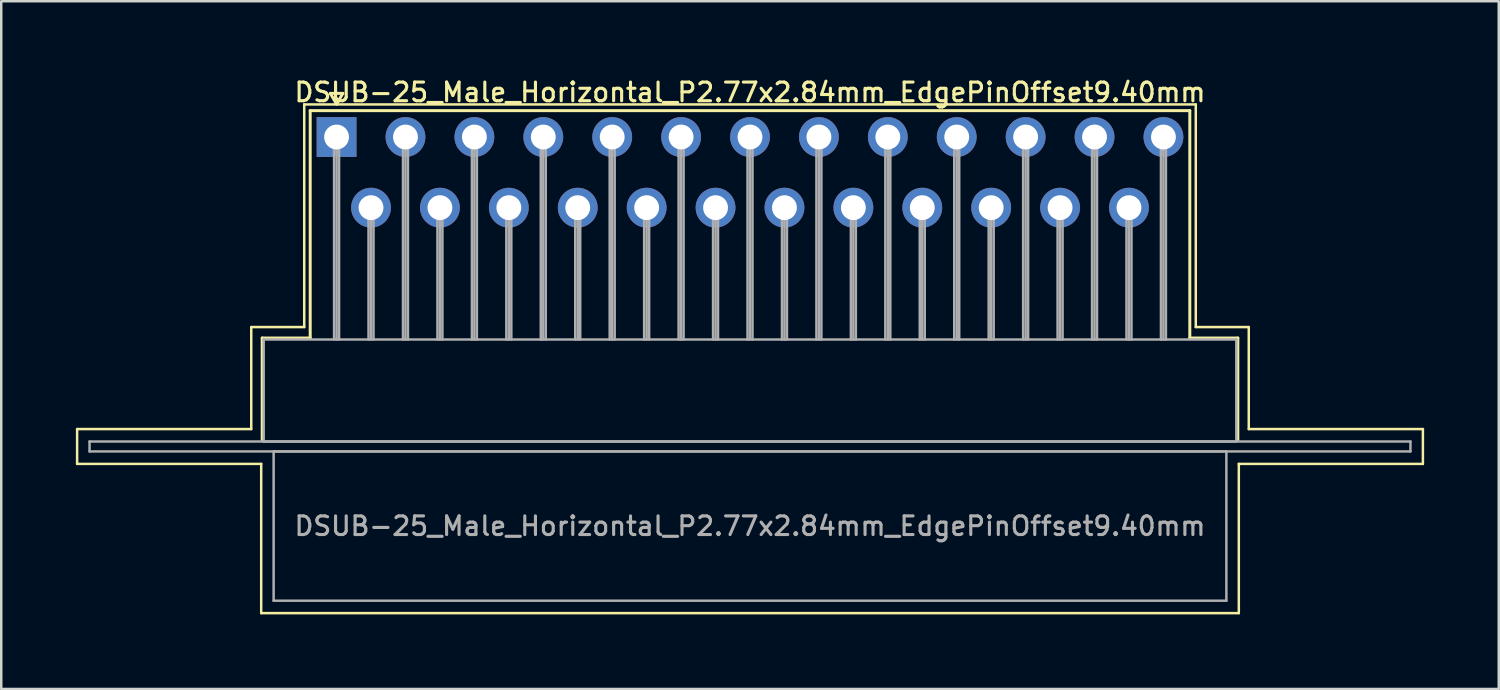
<source format=kicad_pcb>
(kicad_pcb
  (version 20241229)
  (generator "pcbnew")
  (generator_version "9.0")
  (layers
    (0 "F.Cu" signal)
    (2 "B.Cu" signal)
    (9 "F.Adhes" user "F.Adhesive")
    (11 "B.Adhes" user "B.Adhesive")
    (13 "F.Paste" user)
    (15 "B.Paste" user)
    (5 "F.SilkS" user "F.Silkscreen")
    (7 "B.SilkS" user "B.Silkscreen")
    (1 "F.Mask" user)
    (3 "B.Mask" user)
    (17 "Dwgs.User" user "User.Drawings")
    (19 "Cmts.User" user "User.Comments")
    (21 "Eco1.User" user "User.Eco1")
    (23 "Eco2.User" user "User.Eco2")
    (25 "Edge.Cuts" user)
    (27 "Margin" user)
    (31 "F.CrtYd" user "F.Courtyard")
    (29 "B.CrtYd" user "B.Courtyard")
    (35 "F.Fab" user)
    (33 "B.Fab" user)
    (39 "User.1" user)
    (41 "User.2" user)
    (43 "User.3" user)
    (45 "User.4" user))
  (footprint "DSUB-25_Male_Horizontal_P2.77x2.84mm_EdgePinOffset9.40mm"
    (layer "F.Cu")
    (at 10.48 2.458)
    (property "Reference" "DSUB-25_Male_Horizontal_P2.77x2.84mm_EdgePinOffset9.40mm" (at 16.62 -1.8 0) (layer "F.SilkS") (effects (font (size 0.75 0.75) (thickness 0.125))))
    (attr through_hole)
    (fp_line (start -10.43 11.74) (end -3.43 11.74) (stroke (width 0.1) (type solid)) (layer "F.SilkS"))
    (fp_line (start -10.43 13.14) (end -10.43 11.74) (stroke (width 0.1) (type solid)) (layer "F.SilkS"))
    (fp_line (start -3.43 7.64) (end -1.3 7.64) (stroke (width 0.1) (type solid)) (layer "F.SilkS"))
    (fp_line (start -3.43 11.74) (end -3.43 7.64) (stroke (width 0.1) (type solid)) (layer "F.SilkS"))
    (fp_line (start -3.03 13.14) (end -10.43 13.14) (stroke (width 0.1) (type solid)) (layer "F.SilkS"))
    (fp_line (start -3.03 19.14) (end -3.03 13.14) (stroke (width 0.1) (type solid)) (layer "F.SilkS"))
    (fp_line (start -2.99 8.08) (end -1.06 8.08) (stroke (width 0.12) (type solid)) (layer "F.SilkS"))
    (fp_line (start -2.99 12.18) (end -2.99 8.08) (stroke (width 0.12) (type solid)) (layer "F.SilkS"))
    (fp_line (start -1.3 -1.31) (end 34.54 -1.31) (stroke (width 0.1) (type solid)) (layer "F.SilkS"))
    (fp_line (start -1.3 7.64) (end -1.3 -1.31) (stroke (width 0.1) (type solid)) (layer "F.SilkS"))
    (fp_line (start -1.06 -1.06) (end 34.3 -1.06) (stroke (width 0.12) (type solid)) (layer "F.SilkS"))
    (fp_line (start -1.06 8.08) (end -1.06 -1.06) (stroke (width 0.12) (type solid)) (layer "F.SilkS"))
    (fp_line (start -0.25 -1.754) (end 0.25 -1.754) (stroke (width 0.12) (type solid)) (layer "F.SilkS"))
    (fp_line (start 0 -1.321) (end -0.25 -1.754) (stroke (width 0.12) (type solid)) (layer "F.SilkS"))
    (fp_line (start 0.25 -1.754) (end 0 -1.321) (stroke (width 0.12) (type solid)) (layer "F.SilkS"))
    (fp_line (start 34.3 -1.06) (end 34.3 8.08) (stroke (width 0.12) (type solid)) (layer "F.SilkS"))
    (fp_line (start 34.3 8.08) (end 36.23 8.08) (stroke (width 0.12) (type solid)) (layer "F.SilkS"))
    (fp_line (start 34.54 -1.31) (end 34.54 7.64) (stroke (width 0.1) (type solid)) (layer "F.SilkS"))
    (fp_line (start 34.54 7.64) (end 36.67 7.64) (stroke (width 0.1) (type solid)) (layer "F.SilkS"))
    (fp_line (start 36.23 8.08) (end 36.23 12.18) (stroke (width 0.12) (type solid)) (layer "F.SilkS"))
    (fp_line (start 36.27 13.14) (end 36.27 19.14) (stroke (width 0.1) (type solid)) (layer "F.SilkS"))
    (fp_line (start 36.27 19.14) (end -3.03 19.14) (stroke (width 0.1) (type solid)) (layer "F.SilkS"))
    (fp_line (start 36.67 7.64) (end 36.67 11.74) (stroke (width 0.1) (type solid)) (layer "F.SilkS"))
    (fp_line (start 36.67 11.74) (end 43.67 11.74) (stroke (width 0.1) (type solid)) (layer "F.SilkS"))
    (fp_line (start 43.67 11.74) (end 43.67 13.14) (stroke (width 0.1) (type solid)) (layer "F.SilkS"))
    (fp_line (start 43.67 13.14) (end 36.27 13.14) (stroke (width 0.1) (type solid)) (layer "F.SilkS"))
    (fp_line (start -9.93 12.24) (end -9.93 12.64) (stroke (width 0.1) (type solid)) (layer "F.Fab"))
    (fp_line (start -9.93 12.64) (end 43.17 12.64) (stroke (width 0.1) (type solid)) (layer "F.Fab"))
    (fp_line (start -2.93 8.14) (end -2.93 12.24) (stroke (width 0.1) (type solid)) (layer "F.Fab"))
    (fp_line (start -2.93 12.24) (end 36.17 12.24) (stroke (width 0.1) (type solid)) (layer "F.Fab"))
    (fp_line (start -2.53 12.64) (end -2.53 18.64) (stroke (width 0.1) (type solid)) (layer "F.Fab"))
    (fp_line (start -2.53 18.64) (end 35.77 18.64) (stroke (width 0.1) (type solid)) (layer "F.Fab"))
    (fp_line (start -0.1 0) (end -0.1 8.14) (stroke (width 0.1) (type solid)) (layer "F.Fab"))
    (fp_line (start 0 0) (end 0 8.14) (stroke (width 0.1) (type solid)) (layer "F.Fab"))
    (fp_line (start 0.1 0) (end 0.1 8.14) (stroke (width 0.1) (type solid)) (layer "F.Fab"))
    (fp_line (start 1.285 2.84) (end 1.285 8.14) (stroke (width 0.1) (type solid)) (layer "F.Fab"))
    (fp_line (start 1.385 2.84) (end 1.385 8.14) (stroke (width 0.1) (type solid)) (layer "F.Fab"))
    (fp_line (start 1.485 2.84) (end 1.485 8.14) (stroke (width 0.1) (type solid)) (layer "F.Fab"))
    (fp_line (start 2.67 0) (end 2.67 8.14) (stroke (width 0.1) (type solid)) (layer "F.Fab"))
    (fp_line (start 2.77 0) (end 2.77 8.14) (stroke (width 0.1) (type solid)) (layer "F.Fab"))
    (fp_line (start 2.87 0) (end 2.87 8.14) (stroke (width 0.1) (type solid)) (layer "F.Fab"))
    (fp_line (start 4.055 2.84) (end 4.055 8.14) (stroke (width 0.1) (type solid)) (layer "F.Fab"))
    (fp_line (start 4.155 2.84) (end 4.155 8.14) (stroke (width 0.1) (type solid)) (layer "F.Fab"))
    (fp_line (start 4.255 2.84) (end 4.255 8.14) (stroke (width 0.1) (type solid)) (layer "F.Fab"))
    (fp_line (start 5.44 0) (end 5.44 8.14) (stroke (width 0.1) (type solid)) (layer "F.Fab"))
    (fp_line (start 5.54 0) (end 5.54 8.14) (stroke (width 0.1) (type solid)) (layer "F.Fab"))
    (fp_line (start 5.64 0) (end 5.64 8.14) (stroke (width 0.1) (type solid)) (layer "F.Fab"))
    (fp_line (start 6.825 2.84) (end 6.825 8.14) (stroke (width 0.1) (type solid)) (layer "F.Fab"))
    (fp_line (start 6.925 2.84) (end 6.925 8.14) (stroke (width 0.1) (type solid)) (layer "F.Fab"))
    (fp_line (start 7.025 2.84) (end 7.025 8.14) (stroke (width 0.1) (type solid)) (layer "F.Fab"))
    (fp_line (start 8.21 0) (end 8.21 8.14) (stroke (width 0.1) (type solid)) (layer "F.Fab"))
    (fp_line (start 8.31 0) (end 8.31 8.14) (stroke (width 0.1) (type solid)) (layer "F.Fab"))
    (fp_line (start 8.41 0) (end 8.41 8.14) (stroke (width 0.1) (type solid)) (layer "F.Fab"))
    (fp_line (start 9.595 2.84) (end 9.595 8.14) (stroke (width 0.1) (type solid)) (layer "F.Fab"))
    (fp_line (start 9.695 2.84) (end 9.695 8.14) (stroke (width 0.1) (type solid)) (layer "F.Fab"))
    (fp_line (start 9.795 2.84) (end 9.795 8.14) (stroke (width 0.1) (type solid)) (layer "F.Fab"))
    (fp_line (start 10.98 0) (end 10.98 8.14) (stroke (width 0.1) (type solid)) (layer "F.Fab"))
    (fp_line (start 11.08 0) (end 11.08 8.14) (stroke (width 0.1) (type solid)) (layer "F.Fab"))
    (fp_line (start 11.18 0) (end 11.18 8.14) (stroke (width 0.1) (type solid)) (layer "F.Fab"))
    (fp_line (start 12.365 2.84) (end 12.365 8.14) (stroke (width 0.1) (type solid)) (layer "F.Fab"))
    (fp_line (start 12.465 2.84) (end 12.465 8.14) (stroke (width 0.1) (type solid)) (layer "F.Fab"))
    (fp_line (start 12.565 2.84) (end 12.565 8.14) (stroke (width 0.1) (type solid)) (layer "F.Fab"))
    (fp_line (start 13.75 0) (end 13.75 8.14) (stroke (width 0.1) (type solid)) (layer "F.Fab"))
    (fp_line (start 13.85 0) (end 13.85 8.14) (stroke (width 0.1) (type solid)) (layer "F.Fab"))
    (fp_line (start 13.95 0) (end 13.95 8.14) (stroke (width 0.1) (type solid)) (layer "F.Fab"))
    (fp_line (start 15.135 2.84) (end 15.135 8.14) (stroke (width 0.1) (type solid)) (layer "F.Fab"))
    (fp_line (start 15.235 2.84) (end 15.235 8.14) (stroke (width 0.1) (type solid)) (layer "F.Fab"))
    (fp_line (start 15.335 2.84) (end 15.335 8.14) (stroke (width 0.1) (type solid)) (layer "F.Fab"))
    (fp_line (start 16.52 0) (end 16.52 8.14) (stroke (width 0.1) (type solid)) (layer "F.Fab"))
    (fp_line (start 16.62 0) (end 16.62 8.14) (stroke (width 0.1) (type solid)) (layer "F.Fab"))
    (fp_line (start 16.72 0) (end 16.72 8.14) (stroke (width 0.1) (type solid)) (layer "F.Fab"))
    (fp_line (start 17.905 2.84) (end 17.905 8.14) (stroke (width 0.1) (type solid)) (layer "F.Fab"))
    (fp_line (start 18.005 2.84) (end 18.005 8.14) (stroke (width 0.1) (type solid)) (layer "F.Fab"))
    (fp_line (start 18.105 2.84) (end 18.105 8.14) (stroke (width 0.1) (type solid)) (layer "F.Fab"))
    (fp_line (start 19.29 0) (end 19.29 8.14) (stroke (width 0.1) (type solid)) (layer "F.Fab"))
    (fp_line (start 19.39 0) (end 19.39 8.14) (stroke (width 0.1) (type solid)) (layer "F.Fab"))
    (fp_line (start 19.49 0) (end 19.49 8.14) (stroke (width 0.1) (type solid)) (layer "F.Fab"))
    (fp_line (start 20.675 2.84) (end 20.675 8.14) (stroke (width 0.1) (type solid)) (layer "F.Fab"))
    (fp_line (start 20.775 2.84) (end 20.775 8.14) (stroke (width 0.1) (type solid)) (layer "F.Fab"))
    (fp_line (start 20.875 2.84) (end 20.875 8.14) (stroke (width 0.1) (type solid)) (layer "F.Fab"))
    (fp_line (start 22.06 0) (end 22.06 8.14) (stroke (width 0.1) (type solid)) (layer "F.Fab"))
    (fp_line (start 22.16 0) (end 22.16 8.14) (stroke (width 0.1) (type solid)) (layer "F.Fab"))
    (fp_line (start 22.26 0) (end 22.26 8.14) (stroke (width 0.1) (type solid)) (layer "F.Fab"))
    (fp_line (start 23.445 2.84) (end 23.445 8.14) (stroke (width 0.1) (type solid)) (layer "F.Fab"))
    (fp_line (start 23.545 2.84) (end 23.545 8.14) (stroke (width 0.1) (type solid)) (layer "F.Fab"))
    (fp_line (start 23.645 2.84) (end 23.645 8.14) (stroke (width 0.1) (type solid)) (layer "F.Fab"))
    (fp_line (start 24.83 0) (end 24.83 8.14) (stroke (width 0.1) (type solid)) (layer "F.Fab"))
    (fp_line (start 24.93 0) (end 24.93 8.14) (stroke (width 0.1) (type solid)) (layer "F.Fab"))
    (fp_line (start 25.03 0) (end 25.03 8.14) (stroke (width 0.1) (type solid)) (layer "F.Fab"))
    (fp_line (start 26.215 2.84) (end 26.215 8.14) (stroke (width 0.1) (type solid)) (layer "F.Fab"))
    (fp_line (start 26.315 2.84) (end 26.315 8.14) (stroke (width 0.1) (type solid)) (layer "F.Fab"))
    (fp_line (start 26.415 2.84) (end 26.415 8.14) (stroke (width 0.1) (type solid)) (layer "F.Fab"))
    (fp_line (start 27.6 0) (end 27.6 8.14) (stroke (width 0.1) (type solid)) (layer "F.Fab"))
    (fp_line (start 27.7 0) (end 27.7 8.14) (stroke (width 0.1) (type solid)) (layer "F.Fab"))
    (fp_line (start 27.8 0) (end 27.8 8.14) (stroke (width 0.1) (type solid)) (layer "F.Fab"))
    (fp_line (start 28.985 2.84) (end 28.985 8.14) (stroke (width 0.1) (type solid)) (layer "F.Fab"))
    (fp_line (start 29.085 2.84) (end 29.085 8.14) (stroke (width 0.1) (type solid)) (layer "F.Fab"))
    (fp_line (start 29.185 2.84) (end 29.185 8.14) (stroke (width 0.1) (type solid)) (layer "F.Fab"))
    (fp_line (start 30.37 0) (end 30.37 8.14) (stroke (width 0.1) (type solid)) (layer "F.Fab"))
    (fp_line (start 30.47 0) (end 30.47 8.14) (stroke (width 0.1) (type solid)) (layer "F.Fab"))
    (fp_line (start 30.57 0) (end 30.57 8.14) (stroke (width 0.1) (type solid)) (layer "F.Fab"))
    (fp_line (start 31.755 2.84) (end 31.755 8.14) (stroke (width 0.1) (type solid)) (layer "F.Fab"))
    (fp_line (start 31.855 2.84) (end 31.855 8.14) (stroke (width 0.1) (type solid)) (layer "F.Fab"))
    (fp_line (start 31.955 2.84) (end 31.955 8.14) (stroke (width 0.1) (type solid)) (layer "F.Fab"))
    (fp_line (start 33.14 0) (end 33.14 8.14) (stroke (width 0.1) (type solid)) (layer "F.Fab"))
    (fp_line (start 33.24 0) (end 33.24 8.14) (stroke (width 0.1) (type solid)) (layer "F.Fab"))
    (fp_line (start 33.34 0) (end 33.34 8.14) (stroke (width 0.1) (type solid)) (layer "F.Fab"))
    (fp_line (start 35.77 12.64) (end -2.53 12.64) (stroke (width 0.1) (type solid)) (layer "F.Fab"))
    (fp_line (start 35.77 18.64) (end 35.77 12.64) (stroke (width 0.1) (type solid)) (layer "F.Fab"))
    (fp_line (start 36.17 8.14) (end -2.93 8.14) (stroke (width 0.1) (type solid)) (layer "F.Fab"))
    (fp_line (start 36.17 12.24) (end 36.17 8.14) (stroke (width 0.1) (type solid)) (layer "F.Fab"))
    (fp_line (start 43.17 12.24) (end -9.93 12.24) (stroke (width 0.1) (type solid)) (layer "F.Fab"))
    (fp_line (start 43.17 12.64) (end 43.17 12.24) (stroke (width 0.1) (type solid)) (layer "F.Fab"))
    (fp_text user "${REFERENCE}" (at 16.62 15.64 0) (layer "F.Fab") (effects (font (size 0.75 0.75) (thickness 0.125))))
    (pad "1" thru_hole rect (at 0 0) (size 1.6 1.6) (drill 1) (layers "*.Cu" "*.Mask"))
    (pad "2" thru_hole circle (at 2.77 0) (size 1.6 1.6) (drill 1) (layers "*.Cu" "*.Mask"))
    (pad "3" thru_hole circle (at 5.54 0) (size 1.6 1.6) (drill 1) (layers "*.Cu" "*.Mask"))
    (pad "4" thru_hole circle (at 8.31 0) (size 1.6 1.6) (drill 1) (layers "*.Cu" "*.Mask"))
    (pad "5" thru_hole circle (at 11.08 0) (size 1.6 1.6) (drill 1) (layers "*.Cu" "*.Mask"))
    (pad "6" thru_hole circle (at 13.85 0) (size 1.6 1.6) (drill 1) (layers "*.Cu" "*.Mask"))
    (pad "7" thru_hole circle (at 16.62 0) (size 1.6 1.6) (drill 1) (layers "*.Cu" "*.Mask"))
    (pad "8" thru_hole circle (at 19.39 0) (size 1.6 1.6) (drill 1) (layers "*.Cu" "*.Mask"))
    (pad "9" thru_hole circle (at 22.16 0) (size 1.6 1.6) (drill 1) (layers "*.Cu" "*.Mask"))
    (pad "10" thru_hole circle (at 24.93 0) (size 1.6 1.6) (drill 1) (layers "*.Cu" "*.Mask"))
    (pad "11" thru_hole circle (at 27.7 0) (size 1.6 1.6) (drill 1) (layers "*.Cu" "*.Mask"))
    (pad "12" thru_hole circle (at 30.47 0) (size 1.6 1.6) (drill 1) (layers "*.Cu" "*.Mask"))
    (pad "13" thru_hole circle (at 33.24 0) (size 1.6 1.6) (drill 1) (layers "*.Cu" "*.Mask"))
    (pad "14" thru_hole circle (at 1.385 2.84) (size 1.6 1.6) (drill 1) (layers "*.Cu" "*.Mask"))
    (pad "15" thru_hole circle (at 4.155 2.84) (size 1.6 1.6) (drill 1) (layers "*.Cu" "*.Mask"))
    (pad "16" thru_hole circle (at 6.925 2.84) (size 1.6 1.6) (drill 1) (layers "*.Cu" "*.Mask"))
    (pad "17" thru_hole circle (at 9.695 2.84) (size 1.6 1.6) (drill 1) (layers "*.Cu" "*.Mask"))
    (pad "18" thru_hole circle (at 12.465 2.84) (size 1.6 1.6) (drill 1) (layers "*.Cu" "*.Mask"))
    (pad "19" thru_hole circle (at 15.235 2.84) (size 1.6 1.6) (drill 1) (layers "*.Cu" "*.Mask"))
    (pad "20" thru_hole circle (at 18.005 2.84) (size 1.6 1.6) (drill 1) (layers "*.Cu" "*.Mask"))
    (pad "21" thru_hole circle (at 20.775 2.84) (size 1.6 1.6) (drill 1) (layers "*.Cu" "*.Mask"))
    (pad "22" thru_hole circle (at 23.545 2.84) (size 1.6 1.6) (drill 1) (layers "*.Cu" "*.Mask"))
    (pad "23" thru_hole circle (at 26.315 2.84) (size 1.6 1.6) (drill 1) (layers "*.Cu" "*.Mask"))
    (pad "24" thru_hole circle (at 29.085 2.84) (size 1.6 1.6) (drill 1) (layers "*.Cu" "*.Mask"))
    (pad "25" thru_hole circle (at 31.855 2.84) (size 1.6 1.6) (drill 1) (layers "*.Cu" "*.Mask")))
  (gr_rect
    (start -3 -3)
    (end 57.2 24.648)
    (stroke (width 0.1) (type default))
    (fill no)
    (layer "Edge.Cuts")))
</source>
